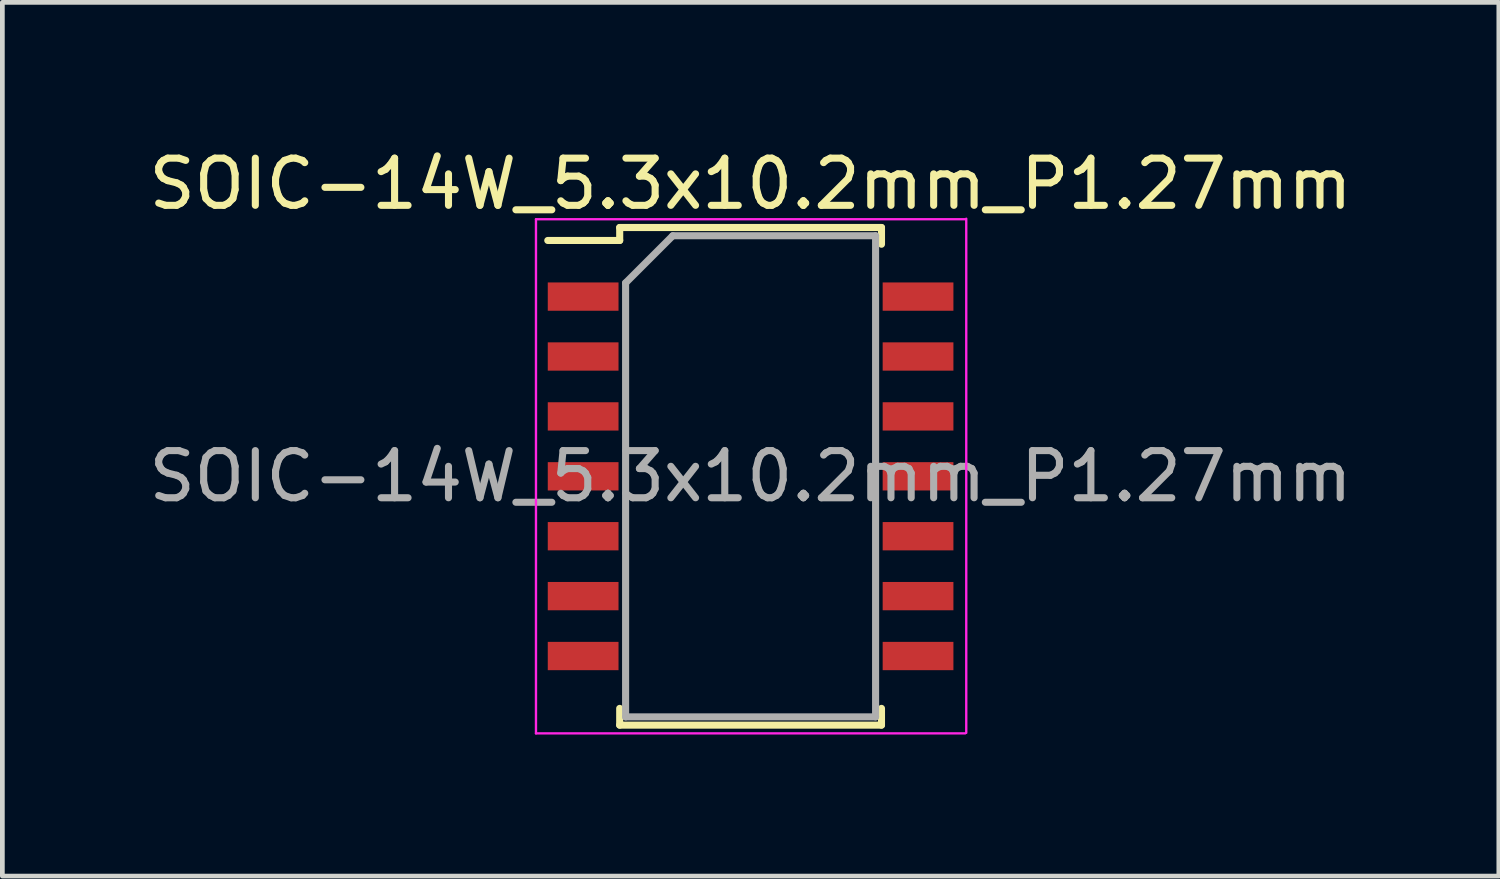
<source format=kicad_pcb>
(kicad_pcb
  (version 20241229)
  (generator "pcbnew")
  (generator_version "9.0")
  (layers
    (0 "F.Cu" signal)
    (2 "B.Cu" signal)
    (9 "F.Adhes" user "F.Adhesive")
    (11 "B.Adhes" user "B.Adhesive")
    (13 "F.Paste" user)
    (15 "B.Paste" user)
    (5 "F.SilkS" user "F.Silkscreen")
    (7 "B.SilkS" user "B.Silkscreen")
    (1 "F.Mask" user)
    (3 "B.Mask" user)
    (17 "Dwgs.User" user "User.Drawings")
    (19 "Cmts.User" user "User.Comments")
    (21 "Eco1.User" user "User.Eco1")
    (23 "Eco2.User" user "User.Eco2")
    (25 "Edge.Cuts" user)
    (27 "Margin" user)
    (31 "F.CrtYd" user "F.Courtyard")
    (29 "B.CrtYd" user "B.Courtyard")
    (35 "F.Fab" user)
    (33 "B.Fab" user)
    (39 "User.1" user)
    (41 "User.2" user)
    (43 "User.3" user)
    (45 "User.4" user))
  (footprint "SOIC-14W_5.3x10.2mm_P1.27mm"
    (layer "F.Cu")
    (at 12.863 7.048)
    (property "Reference" "SOIC-14W_5.3x10.2mm_P1.27mm" (at 0 -6.2 0) (layer "F.SilkS") (effects (font (size 1 1) (thickness 0.15))))
    (attr smd)
    (fp_line (start -2.775 -5.275) (end -2.775 -5) (stroke (width 0.15) (type solid)) (layer "F.SilkS"))
    (fp_line (start -2.775 -5.275) (end 2.775 -5.275) (stroke (width 0.15) (type solid)) (layer "F.SilkS"))
    (fp_line (start -2.775 -5) (end -4.3 -5) (stroke (width 0.15) (type solid)) (layer "F.SilkS"))
    (fp_line (start -2.775 5.275) (end -2.775 4.92) (stroke (width 0.15) (type solid)) (layer "F.SilkS"))
    (fp_line (start -2.775 5.275) (end 2.775 5.275) (stroke (width 0.15) (type solid)) (layer "F.SilkS"))
    (fp_line (start 2.775 -5.275) (end 2.775 -4.92) (stroke (width 0.15) (type solid)) (layer "F.SilkS"))
    (fp_line (start 2.775 5.275) (end 2.775 4.92) (stroke (width 0.15) (type solid)) (layer "F.SilkS"))
    (fp_line (start -4.55 -5.45) (end -4.55 5.45) (stroke (width 0.05) (type solid)) (layer "F.CrtYd"))
    (fp_line (start -4.55 -5.45) (end 4.55 -5.45) (stroke (width 0.05) (type solid)) (layer "F.CrtYd"))
    (fp_line (start -4.55 5.45) (end 4.55 5.45) (stroke (width 0.05) (type solid)) (layer "F.CrtYd"))
    (fp_line (start 4.572 -5.461) (end 4.572 5.439) (stroke (width 0.05) (type solid)) (layer "F.CrtYd"))
    (fp_line (start -2.65 -4.1) (end -1.65 -5.1) (stroke (width 0.15) (type solid)) (layer "F.Fab"))
    (fp_line (start -2.65 5.1) (end -2.65 -4.1) (stroke (width 0.15) (type solid)) (layer "F.Fab"))
    (fp_line (start -1.65 -5.1) (end 2.65 -5.1) (stroke (width 0.15) (type solid)) (layer "F.Fab"))
    (fp_line (start 2.65 -5.1) (end 2.65 5.1) (stroke (width 0.15) (type solid)) (layer "F.Fab"))
    (fp_line (start 2.65 5.1) (end -2.65 5.1) (stroke (width 0.15) (type solid)) (layer "F.Fab"))
    (fp_text user "${REFERENCE}" (at 0 0 0) (layer "F.Fab") (effects (font (size 1 1) (thickness 0.15))))
    (pad "1" smd rect (at -3.55 -3.81) (size 1.5 0.6) (layers "F.Cu" "F.Mask" "F.Paste"))
    (pad "2" smd rect (at -3.55 -2.54) (size 1.5 0.6) (layers "F.Cu" "F.Mask" "F.Paste"))
    (pad "3" smd rect (at -3.55 -1.27) (size 1.5 0.6) (layers "F.Cu" "F.Mask" "F.Paste"))
    (pad "4" smd rect (at -3.55 0) (size 1.5 0.6) (layers "F.Cu" "F.Mask" "F.Paste"))
    (pad "5" smd rect (at -3.55 1.27) (size 1.5 0.6) (layers "F.Cu" "F.Mask" "F.Paste"))
    (pad "6" smd rect (at -3.55 2.54) (size 1.5 0.6) (layers "F.Cu" "F.Mask" "F.Paste"))
    (pad "7" smd rect (at -3.55 3.81) (size 1.5 0.6) (layers "F.Cu" "F.Mask" "F.Paste"))
    (pad "8" smd rect (at 3.55 3.81) (size 1.5 0.6) (layers "F.Cu" "F.Mask" "F.Paste"))
    (pad "9" smd rect (at 3.55 2.54) (size 1.5 0.6) (layers "F.Cu" "F.Mask" "F.Paste"))
    (pad "10" smd rect (at 3.55 1.27) (size 1.5 0.6) (layers "F.Cu" "F.Mask" "F.Paste"))
    (pad "11" smd rect (at 3.55 0) (size 1.5 0.6) (layers "F.Cu" "F.Mask" "F.Paste"))
    (pad "12" smd rect (at 3.55 -1.27) (size 1.5 0.6) (layers "F.Cu" "F.Mask" "F.Paste"))
    (pad "13" smd rect (at 3.55 -2.54) (size 1.5 0.6) (layers "F.Cu" "F.Mask" "F.Paste"))
    (pad "14" smd rect (at 3.55 -3.81) (size 1.5 0.6) (layers "F.Cu" "F.Mask" "F.Paste")))
  (gr_rect
    (start -3 -3)
    (end 28.726 15.523)
    (stroke (width 0.1) (type default))
    (fill no)
    (layer "Edge.Cuts")))
</source>
